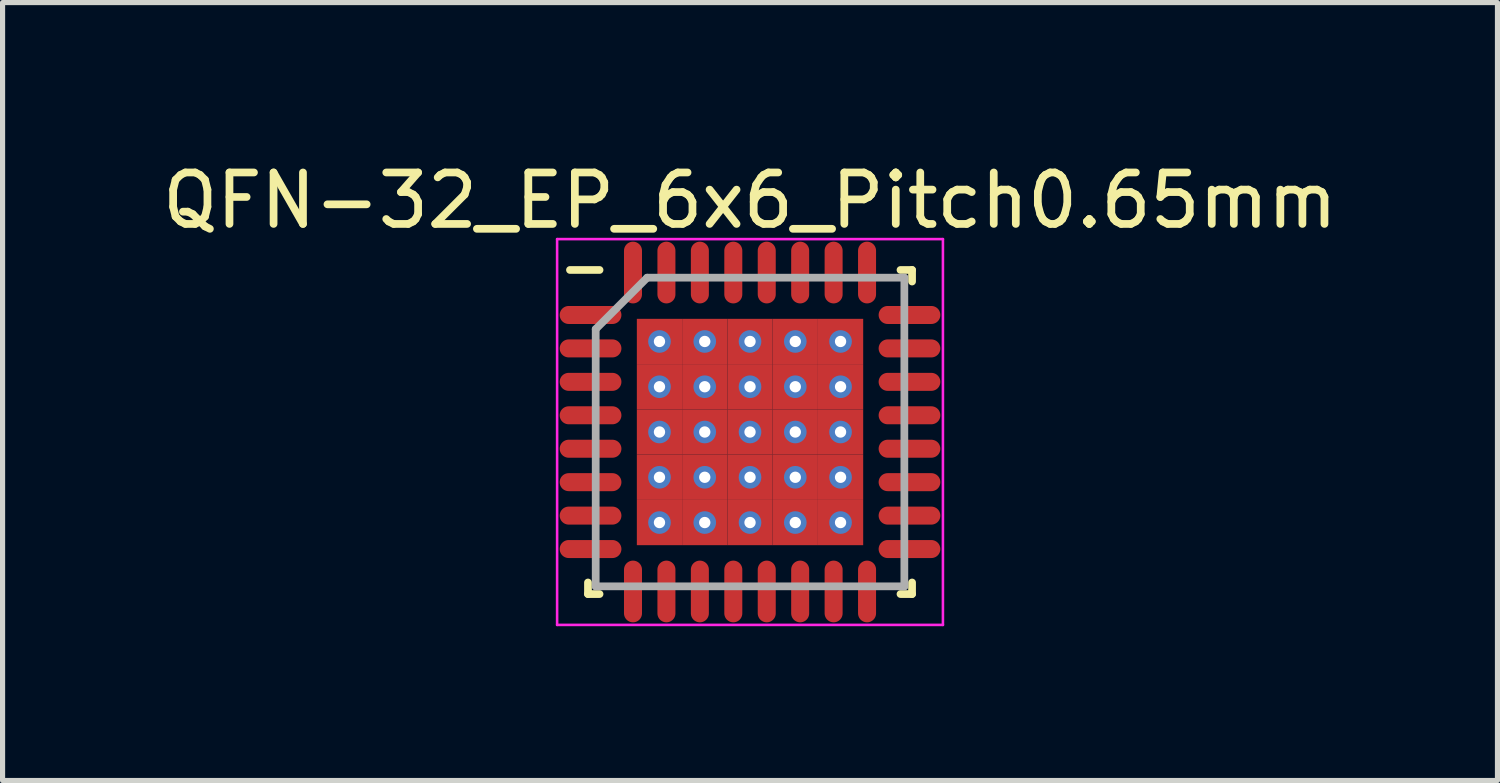
<source format=kicad_pcb>
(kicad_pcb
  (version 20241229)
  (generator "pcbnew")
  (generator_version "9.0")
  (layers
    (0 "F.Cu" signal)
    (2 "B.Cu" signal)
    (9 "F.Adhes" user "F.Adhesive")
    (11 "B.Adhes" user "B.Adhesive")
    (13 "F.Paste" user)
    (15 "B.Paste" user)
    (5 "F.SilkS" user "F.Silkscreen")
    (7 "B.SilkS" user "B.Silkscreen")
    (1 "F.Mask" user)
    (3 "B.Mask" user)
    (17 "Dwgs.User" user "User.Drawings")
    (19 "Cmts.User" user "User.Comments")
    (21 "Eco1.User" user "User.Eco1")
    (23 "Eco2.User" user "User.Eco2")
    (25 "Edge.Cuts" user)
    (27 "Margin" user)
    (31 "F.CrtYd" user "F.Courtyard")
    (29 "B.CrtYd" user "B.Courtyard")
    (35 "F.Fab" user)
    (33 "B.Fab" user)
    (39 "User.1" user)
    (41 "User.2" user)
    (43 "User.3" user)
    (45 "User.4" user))
  (footprint "QFN-32_EP_6x6_Pitch0.65mm"
    (layer "F.Cu")
    (at 11.53 5.348)
    (property "Reference" "QFN-32_EP_6x6_Pitch0.65mm" (at 0 -4.5 0) (layer "F.SilkS") (effects (font (size 1 1) (thickness 0.15))))
    (attr smd)
    (fp_line (start -3.15 3.15) (end -3.15 2.925) (stroke (width 0.15) (type solid)) (layer "F.SilkS"))
    (fp_line (start -2.925 -3.15) (end -3.5 -3.15) (stroke (width 0.15) (type solid)) (layer "F.SilkS"))
    (fp_line (start -2.925 3.15) (end -3.15 3.15) (stroke (width 0.15) (type solid)) (layer "F.SilkS"))
    (fp_line (start 2.925 -3.15) (end 3.15 -3.15) (stroke (width 0.15) (type solid)) (layer "F.SilkS"))
    (fp_line (start 2.925 3.15) (end 3.15 3.15) (stroke (width 0.15) (type solid)) (layer "F.SilkS"))
    (fp_line (start 3.15 -3.15) (end 3.15 -2.925) (stroke (width 0.15) (type solid)) (layer "F.SilkS"))
    (fp_line (start 3.15 3.15) (end 3.15 2.925) (stroke (width 0.15) (type solid)) (layer "F.SilkS"))
    (fp_line (start -3.75 -3.75) (end 3.75 -3.75) (stroke (width 0.05) (type solid)) (layer "F.CrtYd"))
    (fp_line (start -3.75 3.75) (end -3.75 -3.75) (stroke (width 0.05) (type solid)) (layer "F.CrtYd"))
    (fp_line (start 3.75 -3.75) (end 3.75 3.75) (stroke (width 0.05) (type solid)) (layer "F.CrtYd"))
    (fp_line (start 3.75 3.75) (end -3.75 3.75) (stroke (width 0.05) (type solid)) (layer "F.CrtYd"))
    (fp_line (start -3 -2) (end -3 3) (stroke (width 0.15) (type solid)) (layer "F.Fab"))
    (fp_line (start -3 3) (end 3 3) (stroke (width 0.15) (type solid)) (layer "F.Fab"))
    (fp_line (start -2 -3) (end -3 -2) (stroke (width 0.15) (type solid)) (layer "F.Fab"))
    (fp_line (start 3 -3) (end -2 -3) (stroke (width 0.15) (type solid)) (layer "F.Fab"))
    (fp_line (start 3 3) (end 3 -3) (stroke (width 0.15) (type solid)) (layer "F.Fab"))
    (pad "1" smd oval (at -3.1 -2.275 90) (size 0.35 1.2) (layers "F.Cu" "F.Mask" "F.Paste"))
    (pad "2" smd oval (at -3.1 -1.625 90) (size 0.35 1.2) (layers "F.Cu" "F.Mask" "F.Paste"))
    (pad "3" smd oval (at -3.1 -0.975 90) (size 0.35 1.2) (layers "F.Cu" "F.Mask" "F.Paste"))
    (pad "4" smd oval (at -3.1 -0.325 90) (size 0.35 1.2) (layers "F.Cu" "F.Mask" "F.Paste"))
    (pad "5" smd oval (at -3.1 0.325 90) (size 0.35 1.2) (layers "F.Cu" "F.Mask" "F.Paste"))
    (pad "6" smd oval (at -3.1 0.975 90) (size 0.35 1.2) (layers "F.Cu" "F.Mask" "F.Paste"))
    (pad "7" smd oval (at -3.1 1.625 90) (size 0.35 1.2) (layers "F.Cu" "F.Mask" "F.Paste"))
    (pad "8" smd oval (at -3.1 2.275 90) (size 0.35 1.2) (layers "F.Cu" "F.Mask" "F.Paste"))
    (pad "9" smd oval (at -2.275 3.1) (size 0.35 1.2) (layers "F.Cu" "F.Mask" "F.Paste"))
    (pad "10" smd oval (at -1.625 3.1) (size 0.35 1.2) (layers "F.Cu" "F.Mask" "F.Paste"))
    (pad "11" smd oval (at -0.975 3.1) (size 0.35 1.2) (layers "F.Cu" "F.Mask" "F.Paste"))
    (pad "12" smd oval (at -0.325 3.1) (size 0.35 1.2) (layers "F.Cu" "F.Mask" "F.Paste"))
    (pad "13" smd oval (at 0.325 3.1) (size 0.35 1.2) (layers "F.Cu" "F.Mask" "F.Paste"))
    (pad "14" smd oval (at 0.975 3.1) (size 0.35 1.2) (layers "F.Cu" "F.Mask" "F.Paste"))
    (pad "15" smd oval (at 1.625 3.1) (size 0.35 1.2) (layers "F.Cu" "F.Mask" "F.Paste"))
    (pad "16" smd oval (at 2.275 3.1) (size 0.35 1.2) (layers "F.Cu" "F.Mask" "F.Paste"))
    (pad "17" smd oval (at 3.1 2.275 90) (size 0.35 1.2) (layers "F.Cu" "F.Mask" "F.Paste"))
    (pad "18" smd oval (at 3.1 1.625 90) (size 0.35 1.2) (layers "F.Cu" "F.Mask" "F.Paste"))
    (pad "19" smd oval (at 3.1 0.975 90) (size 0.35 1.2) (layers "F.Cu" "F.Mask" "F.Paste"))
    (pad "20" smd oval (at 3.1 0.325 90) (size 0.35 1.2) (layers "F.Cu" "F.Mask" "F.Paste"))
    (pad "21" smd oval (at 3.1 -0.325 90) (size 0.35 1.2) (layers "F.Cu" "F.Mask" "F.Paste"))
    (pad "22" smd oval (at 3.1 -0.975 90) (size 0.35 1.2) (layers "F.Cu" "F.Mask" "F.Paste"))
    (pad "23" smd oval (at 3.1 -1.625 90) (size 0.35 1.2) (layers "F.Cu" "F.Mask" "F.Paste"))
    (pad "24" smd oval (at 3.1 -2.275 90) (size 0.35 1.2) (layers "F.Cu" "F.Mask" "F.Paste"))
    (pad "25" smd oval (at 2.275 -3.1) (size 0.35 1.2) (layers "F.Cu" "F.Mask" "F.Paste"))
    (pad "26" smd oval (at 1.625 -3.1) (size 0.35 1.2) (layers "F.Cu" "F.Mask" "F.Paste"))
    (pad "27" smd oval (at 0.975 -3.1) (size 0.35 1.2) (layers "F.Cu" "F.Mask" "F.Paste"))
    (pad "28" smd oval (at 0.325 -3.1) (size 0.35 1.2) (layers "F.Cu" "F.Mask" "F.Paste"))
    (pad "29" smd oval (at -0.325 -3.1) (size 0.35 1.2) (layers "F.Cu" "F.Mask" "F.Paste"))
    (pad "30" smd oval (at -0.975 -3.1) (size 0.35 1.2) (layers "F.Cu" "F.Mask" "F.Paste"))
    (pad "31" smd oval (at -1.625 -3.1) (size 0.35 1.2) (layers "F.Cu" "F.Mask" "F.Paste"))
    (pad "32" smd oval (at -2.275 -3.1) (size 0.35 1.2) (layers "F.Cu" "F.Mask" "F.Paste"))
    (pad "33" thru_hole circle (at -1.76 -1.76) (size 0.44 0.44) (drill 0.22) (layers "*.Cu" "*.Mask"))
    (pad "33" smd rect (at -1.76 -1.76) (size 0.88 0.88) (layers "F.Cu" "F.Mask" "F.Paste"))
    (pad "33" thru_hole circle (at -1.76 -0.88) (size 0.44 0.44) (drill 0.22) (layers "*.Cu" "*.Mask"))
    (pad "33" smd rect (at -1.76 -0.88) (size 0.88 0.88) (layers "F.Cu" "F.Mask" "F.Paste"))
    (pad "33" thru_hole circle (at -1.76 0) (size 0.44 0.44) (drill 0.22) (layers "*.Cu" "*.Mask"))
    (pad "33" smd rect (at -1.76 0) (size 0.88 0.88) (layers "F.Cu" "F.Mask" "F.Paste"))
    (pad "33" thru_hole circle (at -1.76 0.88) (size 0.44 0.44) (drill 0.22) (layers "*.Cu" "*.Mask"))
    (pad "33" smd rect (at -1.76 0.88) (size 0.88 0.88) (layers "F.Cu" "F.Mask" "F.Paste"))
    (pad "33" thru_hole circle (at -1.76 1.76) (size 0.44 0.44) (drill 0.22) (layers "*.Cu" "*.Mask"))
    (pad "33" smd rect (at -1.76 1.76) (size 0.88 0.88) (layers "F.Cu" "F.Mask" "F.Paste"))
    (pad "33" thru_hole circle (at -0.88 -1.76) (size 0.44 0.44) (drill 0.22) (layers "*.Cu" "*.Mask"))
    (pad "33" smd rect (at -0.88 -1.76) (size 0.88 0.88) (layers "F.Cu" "F.Mask" "F.Paste"))
    (pad "33" thru_hole circle (at -0.88 -0.88) (size 0.44 0.44) (drill 0.22) (layers "*.Cu" "*.Mask"))
    (pad "33" smd rect (at -0.88 -0.88) (size 0.88 0.88) (layers "F.Cu" "F.Mask" "F.Paste"))
    (pad "33" thru_hole circle (at -0.88 0) (size 0.44 0.44) (drill 0.22) (layers "*.Cu" "*.Mask"))
    (pad "33" smd rect (at -0.88 0) (size 0.88 0.88) (layers "F.Cu" "F.Mask" "F.Paste"))
    (pad "33" thru_hole circle (at -0.88 0.88) (size 0.44 0.44) (drill 0.22) (layers "*.Cu" "*.Mask"))
    (pad "33" smd rect (at -0.88 0.88) (size 0.88 0.88) (layers "F.Cu" "F.Mask" "F.Paste"))
    (pad "33" thru_hole circle (at -0.88 1.76) (size 0.44 0.44) (drill 0.22) (layers "*.Cu" "*.Mask"))
    (pad "33" smd rect (at -0.88 1.76) (size 0.88 0.88) (layers "F.Cu" "F.Mask" "F.Paste"))
    (pad "33" thru_hole circle (at 0 -1.76) (size 0.44 0.44) (drill 0.22) (layers "*.Cu" "*.Mask"))
    (pad "33" smd rect (at 0 -1.76) (size 0.88 0.88) (layers "F.Cu" "F.Mask" "F.Paste"))
    (pad "33" thru_hole circle (at 0 -0.88) (size 0.44 0.44) (drill 0.22) (layers "*.Cu" "*.Mask"))
    (pad "33" smd rect (at 0 -0.88) (size 0.88 0.88) (layers "F.Cu" "F.Mask" "F.Paste"))
    (pad "33" thru_hole circle (at 0 0) (size 0.44 0.44) (drill 0.22) (layers "*.Cu" "*.Mask"))
    (pad "33" smd rect (at 0 0) (size 0.88 0.88) (layers "F.Cu" "F.Mask" "F.Paste"))
    (pad "33" thru_hole circle (at 0 0.88) (size 0.44 0.44) (drill 0.22) (layers "*.Cu" "*.Mask"))
    (pad "33" smd rect (at 0 0.88) (size 0.88 0.88) (layers "F.Cu" "F.Mask" "F.Paste"))
    (pad "33" thru_hole circle (at 0 1.76) (size 0.44 0.44) (drill 0.22) (layers "*.Cu" "*.Mask"))
    (pad "33" smd rect (at 0 1.76) (size 0.88 0.88) (layers "F.Cu" "F.Mask" "F.Paste"))
    (pad "33" thru_hole circle (at 0.88 -1.76) (size 0.44 0.44) (drill 0.22) (layers "*.Cu" "*.Mask"))
    (pad "33" smd rect (at 0.88 -1.76) (size 0.88 0.88) (layers "F.Cu" "F.Mask" "F.Paste"))
    (pad "33" thru_hole circle (at 0.88 -0.88) (size 0.44 0.44) (drill 0.22) (layers "*.Cu" "*.Mask"))
    (pad "33" smd rect (at 0.88 -0.88) (size 0.88 0.88) (layers "F.Cu" "F.Mask" "F.Paste"))
    (pad "33" thru_hole circle (at 0.88 0) (size 0.44 0.44) (drill 0.22) (layers "*.Cu" "*.Mask"))
    (pad "33" smd rect (at 0.88 0) (size 0.88 0.88) (layers "F.Cu" "F.Mask" "F.Paste"))
    (pad "33" thru_hole circle (at 0.88 0.88) (size 0.44 0.44) (drill 0.22) (layers "*.Cu" "*.Mask"))
    (pad "33" smd rect (at 0.88 0.88) (size 0.88 0.88) (layers "F.Cu" "F.Mask" "F.Paste"))
    (pad "33" thru_hole circle (at 0.88 1.76) (size 0.44 0.44) (drill 0.22) (layers "*.Cu" "*.Mask"))
    (pad "33" smd rect (at 0.88 1.76) (size 0.88 0.88) (layers "F.Cu" "F.Mask" "F.Paste"))
    (pad "33" thru_hole circle (at 1.76 -1.76) (size 0.44 0.44) (drill 0.22) (layers "*.Cu" "*.Mask"))
    (pad "33" smd rect (at 1.76 -1.76) (size 0.88 0.88) (layers "F.Cu" "F.Mask" "F.Paste"))
    (pad "33" thru_hole circle (at 1.76 -0.88) (size 0.44 0.44) (drill 0.22) (layers "*.Cu" "*.Mask"))
    (pad "33" smd rect (at 1.76 -0.88) (size 0.88 0.88) (layers "F.Cu" "F.Mask" "F.Paste"))
    (pad "33" thru_hole circle (at 1.76 0) (size 0.44 0.44) (drill 0.22) (layers "*.Cu" "*.Mask"))
    (pad "33" smd rect (at 1.76 0) (size 0.88 0.88) (layers "F.Cu" "F.Mask" "F.Paste"))
    (pad "33" thru_hole circle (at 1.76 0.88) (size 0.44 0.44) (drill 0.22) (layers "*.Cu" "*.Mask"))
    (pad "33" smd rect (at 1.76 0.88) (size 0.88 0.88) (layers "F.Cu" "F.Mask" "F.Paste"))
    (pad "33" thru_hole circle (at 1.76 1.76) (size 0.44 0.44) (drill 0.22) (layers "*.Cu" "*.Mask"))
    (pad "33" smd rect (at 1.76 1.76) (size 0.88 0.88) (layers "F.Cu" "F.Mask" "F.Paste")))
  (gr_rect
    (start -3 -3)
    (end 26.06 12.123)
    (stroke (width 0.1) (type default))
    (fill no)
    (layer "Edge.Cuts")))
</source>
